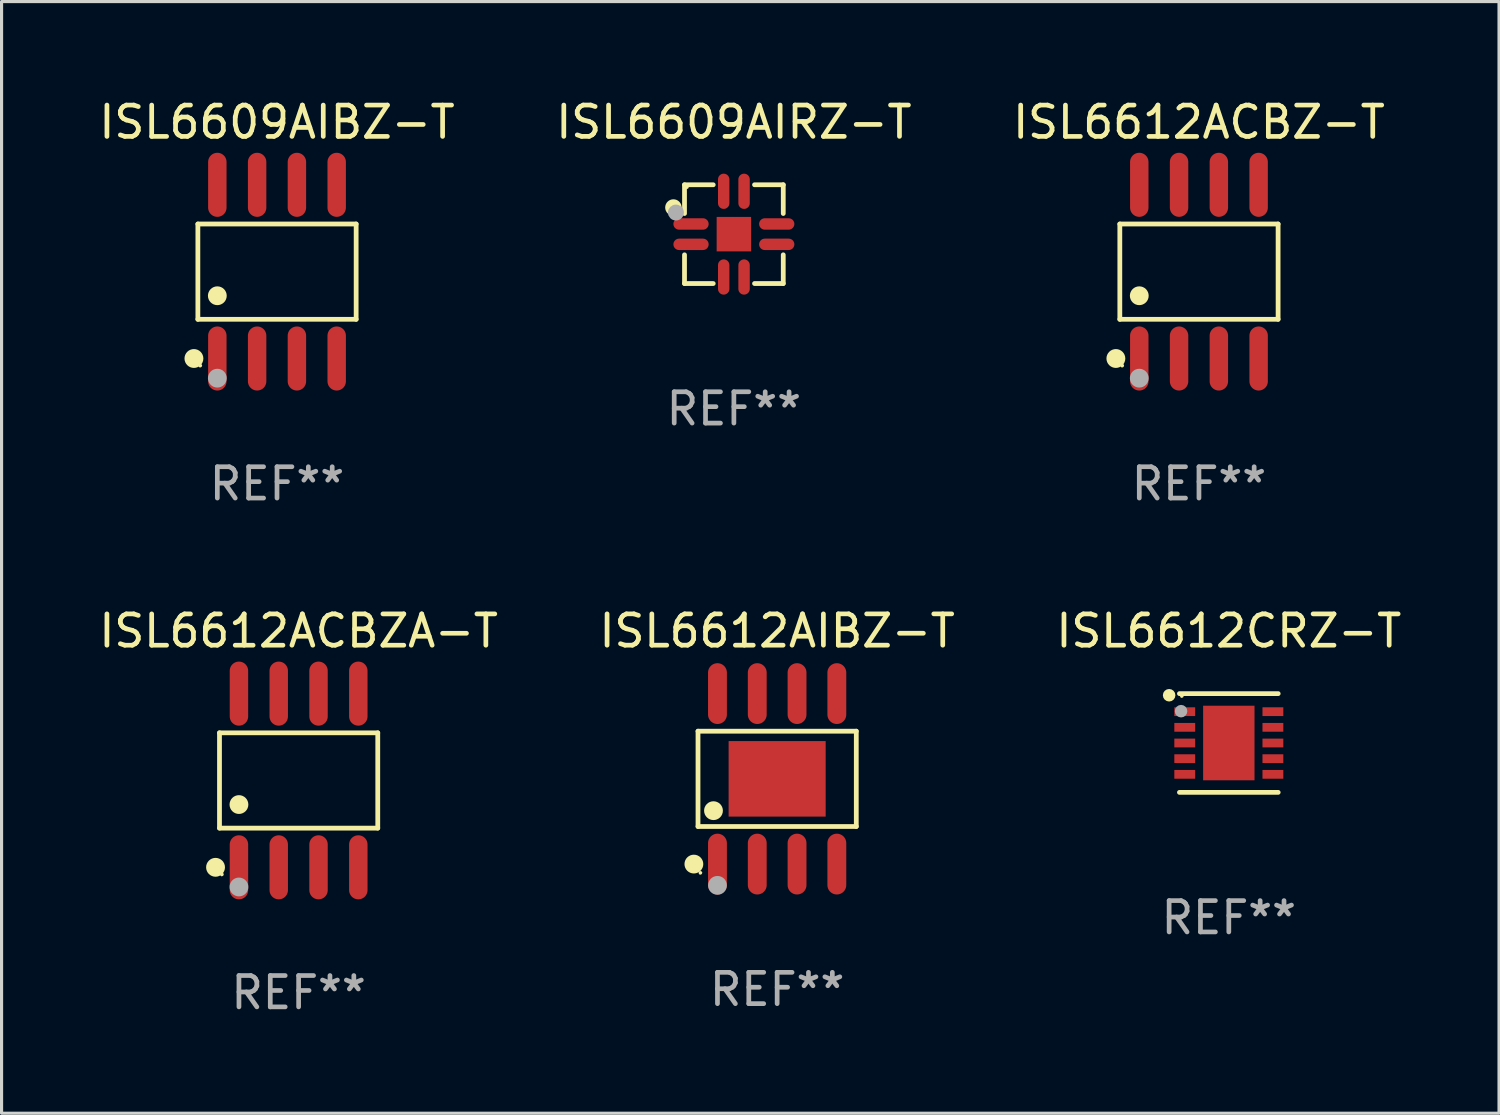
<source format=kicad_pcb>
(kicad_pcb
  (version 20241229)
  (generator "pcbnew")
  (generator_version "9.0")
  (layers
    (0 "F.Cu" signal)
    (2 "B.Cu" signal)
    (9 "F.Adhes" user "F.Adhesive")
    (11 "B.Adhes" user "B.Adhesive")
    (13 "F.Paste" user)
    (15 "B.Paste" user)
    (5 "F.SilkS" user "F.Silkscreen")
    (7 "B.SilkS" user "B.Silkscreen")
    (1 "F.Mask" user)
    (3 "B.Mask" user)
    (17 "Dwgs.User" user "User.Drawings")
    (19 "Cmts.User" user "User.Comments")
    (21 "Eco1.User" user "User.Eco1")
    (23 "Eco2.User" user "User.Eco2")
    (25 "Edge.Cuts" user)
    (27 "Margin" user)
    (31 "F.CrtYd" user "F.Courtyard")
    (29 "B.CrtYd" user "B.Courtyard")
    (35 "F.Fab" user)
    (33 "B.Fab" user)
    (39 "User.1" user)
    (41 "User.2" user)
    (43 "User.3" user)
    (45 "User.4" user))
  (footprint "ISL6612CRZ-T"
    (layer "F.Cu")
    (at 36.173 20.666)
    (property "Reference" "ISL6612CRZ-T" (at 0 -3.576 0) (layer "F.SilkS") (effects (font (size 1 1) (thickness 0.15))))
    (attr through_hole)
    (fp_line (start -1.576 -1.576) (end 1.576 -1.576) (stroke (width 0.152) (type solid)) (layer "F.SilkS"))
    (fp_line (start -1.576 1.576) (end 1.576 1.576) (stroke (width 0.152) (type solid)) (layer "F.SilkS"))
    (fp_circle (center -1.905 -1.524) (end -1.805 -1.524) (stroke (width 0.2) (type solid)) (fill no) (layer "F.SilkS"))
    (fp_circle (center -1.5 -1.5) (end -1.47 -1.5) (stroke (width 0.06) (type solid)) (fill no) (layer "F.SilkS"))
    (fp_circle (center -1.524 -1.016) (end -1.424 -1.016) (stroke (width 0.2) (type solid)) (fill no) (layer "F.Fab"))
    (fp_text user "REF**" (at 0 5.576 0) (layer "F.Fab") (effects (font (size 1 1) (thickness 0.15))))
    (pad "1" smd rect (at -1.407 -1) (size 0.665 0.28) (layers "F.Cu" "F.Mask" "F.Paste"))
    (pad "2" smd rect (at -1.407 -0.5) (size 0.665 0.28) (layers "F.Cu" "F.Mask" "F.Paste"))
    (pad "3" smd rect (at -1.407 0) (size 0.665 0.28) (layers "F.Cu" "F.Mask" "F.Paste"))
    (pad "4" smd rect (at -1.407 0.5) (size 0.665 0.28) (layers "F.Cu" "F.Mask" "F.Paste"))
    (pad "5" smd rect (at -1.407 1) (size 0.665 0.28) (layers "F.Cu" "F.Mask" "F.Paste"))
    (pad "6" smd rect (at 1.407 1) (size 0.665 0.28) (layers "F.Cu" "F.Mask" "F.Paste"))
    (pad "7" smd rect (at 1.407 0.5) (size 0.665 0.28) (layers "F.Cu" "F.Mask" "F.Paste"))
    (pad "8" smd rect (at 1.407 0) (size 0.665 0.28) (layers "F.Cu" "F.Mask" "F.Paste"))
    (pad "9" smd rect (at 1.407 -0.5) (size 0.665 0.28) (layers "F.Cu" "F.Mask" "F.Paste"))
    (pad "10" smd rect (at 1.407 -1) (size 0.665 0.28) (layers "F.Cu" "F.Mask" "F.Paste"))
    (pad "11" smd rect (at 0 0) (size 1.64 2.38) (layers "F.Cu" "F.Mask" "F.Paste")))
  (footprint "ISL6612ACBZA-T"
    (layer "F.Cu")
    (at 6.482 21.862)
    (property "Reference" "ISL6612ACBZA-T" (at 0 -4.772 0) (layer "F.SilkS") (effects (font (size 1 1) (thickness 0.15))))
    (attr through_hole)
    (fp_line (start -2.526 -1.521) (end 2.526 -1.521) (stroke (width 0.152) (type solid)) (layer "F.SilkS"))
    (fp_line (start -2.526 1.521) (end -2.526 -1.521) (stroke (width 0.152) (type solid)) (layer "F.SilkS"))
    (fp_line (start 2.526 -1.521) (end 2.526 1.521) (stroke (width 0.152) (type solid)) (layer "F.SilkS"))
    (fp_line (start 2.526 1.521) (end -2.526 1.521) (stroke (width 0.152) (type solid)) (layer "F.SilkS"))
    (fp_circle (center -2.652 2.772) (end -2.501 2.772) (stroke (width 0.3) (type solid)) (fill no) (layer "F.SilkS"))
    (fp_circle (center -2.45 3) (end -2.42 3) (stroke (width 0.06) (type solid)) (fill no) (layer "F.SilkS"))
    (fp_circle (center -1.905 0.769) (end -1.755 0.769) (stroke (width 0.3) (type solid)) (fill no) (layer "F.SilkS"))
    (fp_circle (center -1.905 3.4) (end -1.755 3.4) (stroke (width 0.3) (type solid)) (fill no) (layer "F.Fab"))
    (fp_text user "REF**" (at 0 6.772 0) (layer "F.Fab") (effects (font (size 1 1) (thickness 0.15))))
    (pad "1" smd oval (at -1.905 2.772) (size 0.588 2.045) (layers "F.Cu" "F.Mask" "F.Paste"))
    (pad "2" smd oval (at -0.635 2.772) (size 0.588 2.045) (layers "F.Cu" "F.Mask" "F.Paste"))
    (pad "3" smd oval (at 0.635 2.772) (size 0.588 2.045) (layers "F.Cu" "F.Mask" "F.Paste"))
    (pad "4" smd oval (at 1.905 2.772) (size 0.588 2.045) (layers "F.Cu" "F.Mask" "F.Paste"))
    (pad "5" smd oval (at 1.905 -2.772) (size 0.588 2.045) (layers "F.Cu" "F.Mask" "F.Paste"))
    (pad "6" smd oval (at 0.635 -2.772) (size 0.588 2.045) (layers "F.Cu" "F.Mask" "F.Paste"))
    (pad "7" smd oval (at -0.635 -2.772) (size 0.588 2.045) (layers "F.Cu" "F.Mask" "F.Paste"))
    (pad "8" smd oval (at -1.905 -2.772) (size 0.588 2.045) (layers "F.Cu" "F.Mask" "F.Paste")))
  (footprint "ISL6609AIRZ-T"
    (layer "F.Cu")
    (at 20.375 4.424)
    (property "Reference" "ISL6609AIRZ-T" (at 0 -3.576 0) (layer "F.SilkS") (effects (font (size 1 1) (thickness 0.15))))
    (attr through_hole)
    (fp_line (start -1.576 -1.576) (end -0.659 -1.576) (stroke (width 0.152) (type solid)) (layer "F.SilkS"))
    (fp_line (start -1.576 -0.659) (end -1.576 -1.576) (stroke (width 0.152) (type solid)) (layer "F.SilkS"))
    (fp_line (start -1.576 0.659) (end -1.576 1.576) (stroke (width 0.152) (type solid)) (layer "F.SilkS"))
    (fp_line (start -1.576 1.576) (end -0.659 1.576) (stroke (width 0.152) (type solid)) (layer "F.SilkS"))
    (fp_line (start 1.576 -1.576) (end 0.659 -1.576) (stroke (width 0.152) (type solid)) (layer "F.SilkS"))
    (fp_line (start 1.576 -0.659) (end 1.576 -1.576) (stroke (width 0.152) (type solid)) (layer "F.SilkS"))
    (fp_line (start 1.576 0.659) (end 1.576 1.576) (stroke (width 0.152) (type solid)) (layer "F.SilkS"))
    (fp_line (start 1.576 1.576) (end 0.659 1.576) (stroke (width 0.152) (type solid)) (layer "F.SilkS"))
    (fp_circle (center -1.93 -0.85) (end -1.794 -0.85) (stroke (width 0.254) (type solid)) (fill no) (layer "F.SilkS"))
    (fp_circle (center -1.5 -1.5) (end -1.47 -1.5) (stroke (width 0.06) (type solid)) (fill no) (layer "F.SilkS"))
    (fp_circle (center -1.85 -0.69) (end -1.723 -0.69) (stroke (width 0.254) (type solid)) (fill no) (layer "F.Fab"))
    (fp_text user "REF**" (at 0 5.576 0) (layer "F.Fab") (effects (font (size 1 1) (thickness 0.15))))
    (pad "1" smd oval (at -1.368 -0.325) (size 1.125 0.364) (layers "F.Cu" "F.Mask" "F.Paste"))
    (pad "2" smd oval (at -1.368 0.325) (size 1.125 0.364) (layers "F.Cu" "F.Mask" "F.Paste"))
    (pad "3" smd oval (at -0.325 1.368) (size 0.364 1.125) (layers "F.Cu" "F.Mask" "F.Paste"))
    (pad "4" smd oval (at 0.325 1.368) (size 0.364 1.125) (layers "F.Cu" "F.Mask" "F.Paste"))
    (pad "5" smd oval (at 1.368 0.325) (size 1.125 0.364) (layers "F.Cu" "F.Mask" "F.Paste"))
    (pad "6" smd oval (at 1.368 -0.325) (size 1.125 0.364) (layers "F.Cu" "F.Mask" "F.Paste"))
    (pad "7" smd oval (at 0.325 -1.368) (size 0.364 1.125) (layers "F.Cu" "F.Mask" "F.Paste"))
    (pad "8" smd oval (at -0.325 -1.368) (size 0.364 1.125) (layers "F.Cu" "F.Mask" "F.Paste"))
    (pad "9" smd rect (at 0 0) (size 1.1 1.1) (layers "F.Cu" "F.Mask" "F.Paste")))
  (footprint "ISL6612ACBZ-T"
    (layer "F.Cu")
    (at 35.22 5.621)
    (property "Reference" "ISL6612ACBZ-T" (at 0 -4.772 0) (layer "F.SilkS") (effects (font (size 1 1) (thickness 0.15))))
    (attr through_hole)
    (fp_line (start -2.526 -1.521) (end 2.526 -1.521) (stroke (width 0.152) (type solid)) (layer "F.SilkS"))
    (fp_line (start -2.526 1.521) (end -2.526 -1.521) (stroke (width 0.152) (type solid)) (layer "F.SilkS"))
    (fp_line (start 2.526 -1.521) (end 2.526 1.521) (stroke (width 0.152) (type solid)) (layer "F.SilkS"))
    (fp_line (start 2.526 1.521) (end -2.526 1.521) (stroke (width 0.152) (type solid)) (layer "F.SilkS"))
    (fp_circle (center -2.652 2.772) (end -2.501 2.772) (stroke (width 0.3) (type solid)) (fill no) (layer "F.SilkS"))
    (fp_circle (center -2.45 3) (end -2.42 3) (stroke (width 0.06) (type solid)) (fill no) (layer "F.SilkS"))
    (fp_circle (center -1.905 0.769) (end -1.755 0.769) (stroke (width 0.3) (type solid)) (fill no) (layer "F.SilkS"))
    (fp_circle (center -1.905 3.4) (end -1.755 3.4) (stroke (width 0.3) (type solid)) (fill no) (layer "F.Fab"))
    (fp_text user "REF**" (at 0 6.772 0) (layer "F.Fab") (effects (font (size 1 1) (thickness 0.15))))
    (pad "1" smd oval (at -1.905 2.772) (size 0.588 2.045) (layers "F.Cu" "F.Mask" "F.Paste"))
    (pad "2" smd oval (at -0.635 2.772) (size 0.588 2.045) (layers "F.Cu" "F.Mask" "F.Paste"))
    (pad "3" smd oval (at 0.635 2.772) (size 0.588 2.045) (layers "F.Cu" "F.Mask" "F.Paste"))
    (pad "4" smd oval (at 1.905 2.772) (size 0.588 2.045) (layers "F.Cu" "F.Mask" "F.Paste"))
    (pad "5" smd oval (at 1.905 -2.772) (size 0.588 2.045) (layers "F.Cu" "F.Mask" "F.Paste"))
    (pad "6" smd oval (at 0.635 -2.772) (size 0.588 2.045) (layers "F.Cu" "F.Mask" "F.Paste"))
    (pad "7" smd oval (at -0.635 -2.772) (size 0.588 2.045) (layers "F.Cu" "F.Mask" "F.Paste"))
    (pad "8" smd oval (at -1.905 -2.772) (size 0.588 2.045) (layers "F.Cu" "F.Mask" "F.Paste")))
  (footprint "ISL6609AIBZ-T"
    (layer "F.Cu")
    (at 5.792 5.621)
    (property "Reference" "ISL6609AIBZ-T" (at 0 -4.772 0) (layer "F.SilkS") (effects (font (size 1 1) (thickness 0.15))))
    (attr through_hole)
    (fp_line (start -2.526 -1.521) (end 2.526 -1.521) (stroke (width 0.152) (type solid)) (layer "F.SilkS"))
    (fp_line (start -2.526 1.521) (end -2.526 -1.521) (stroke (width 0.152) (type solid)) (layer "F.SilkS"))
    (fp_line (start 2.526 -1.521) (end 2.526 1.521) (stroke (width 0.152) (type solid)) (layer "F.SilkS"))
    (fp_line (start 2.526 1.521) (end -2.526 1.521) (stroke (width 0.152) (type solid)) (layer "F.SilkS"))
    (fp_circle (center -2.652 2.772) (end -2.501 2.772) (stroke (width 0.3) (type solid)) (fill no) (layer "F.SilkS"))
    (fp_circle (center -2.45 3) (end -2.42 3) (stroke (width 0.06) (type solid)) (fill no) (layer "F.SilkS"))
    (fp_circle (center -1.905 0.769) (end -1.755 0.769) (stroke (width 0.3) (type solid)) (fill no) (layer "F.SilkS"))
    (fp_circle (center -1.905 3.4) (end -1.755 3.4) (stroke (width 0.3) (type solid)) (fill no) (layer "F.Fab"))
    (fp_text user "REF**" (at 0 6.772 0) (layer "F.Fab") (effects (font (size 1 1) (thickness 0.15))))
    (pad "1" smd oval (at -1.905 2.772) (size 0.588 2.045) (layers "F.Cu" "F.Mask" "F.Paste"))
    (pad "2" smd oval (at -0.635 2.772) (size 0.588 2.045) (layers "F.Cu" "F.Mask" "F.Paste"))
    (pad "3" smd oval (at 0.635 2.772) (size 0.588 2.045) (layers "F.Cu" "F.Mask" "F.Paste"))
    (pad "4" smd oval (at 1.905 2.772) (size 0.588 2.045) (layers "F.Cu" "F.Mask" "F.Paste"))
    (pad "5" smd oval (at 1.905 -2.772) (size 0.588 2.045) (layers "F.Cu" "F.Mask" "F.Paste"))
    (pad "6" smd oval (at 0.635 -2.772) (size 0.588 2.045) (layers "F.Cu" "F.Mask" "F.Paste"))
    (pad "7" smd oval (at -0.635 -2.772) (size 0.588 2.045) (layers "F.Cu" "F.Mask" "F.Paste"))
    (pad "8" smd oval (at -1.905 -2.772) (size 0.588 2.045) (layers "F.Cu" "F.Mask" "F.Paste")))
  (footprint "ISL6612AIBZ-T"
    (layer "F.Cu")
    (at 21.756 21.81)
    (property "Reference" "ISL6612AIBZ-T" (at 0 -4.721 0) (layer "F.SilkS") (effects (font (size 1 1) (thickness 0.15))))
    (attr through_hole)
    (fp_line (start -2.526 -1.521) (end 2.526 -1.521) (stroke (width 0.152) (type solid)) (layer "F.SilkS"))
    (fp_line (start -2.526 1.521) (end -2.526 -1.521) (stroke (width 0.152) (type solid)) (layer "F.SilkS"))
    (fp_line (start 2.526 -1.521) (end 2.526 1.521) (stroke (width 0.152) (type solid)) (layer "F.SilkS"))
    (fp_line (start 2.526 1.521) (end -2.526 1.521) (stroke (width 0.152) (type solid)) (layer "F.SilkS"))
    (fp_circle (center -2.658 2.721) (end -2.508 2.721) (stroke (width 0.3) (type solid)) (fill no) (layer "F.SilkS"))
    (fp_circle (center -2.45 3) (end -2.42 3) (stroke (width 0.06) (type solid)) (fill no) (layer "F.SilkS"))
    (fp_circle (center -2.032 1.016) (end -1.882 1.016) (stroke (width 0.3) (type solid)) (fill no) (layer "F.SilkS"))
    (fp_circle (center -1.905 3.4) (end -1.755 3.4) (stroke (width 0.3) (type solid)) (fill no) (layer "F.Fab"))
    (fp_text user "REF**" (at 0 6.721 0) (layer "F.Fab") (effects (font (size 1 1) (thickness 0.15))))
    (pad "1" smd oval (at -1.905 2.721) (size 0.602 1.941) (layers "F.Cu" "F.Mask" "F.Paste"))
    (pad "2" smd oval (at -0.635 2.721) (size 0.602 1.941) (layers "F.Cu" "F.Mask" "F.Paste"))
    (pad "3" smd oval (at 0.635 2.721) (size 0.602 1.941) (layers "F.Cu" "F.Mask" "F.Paste"))
    (pad "4" smd oval (at 1.905 2.721) (size 0.602 1.941) (layers "F.Cu" "F.Mask" "F.Paste"))
    (pad "5" smd oval (at 1.905 -2.721) (size 0.602 1.941) (layers "F.Cu" "F.Mask" "F.Paste"))
    (pad "6" smd oval (at 0.635 -2.721) (size 0.602 1.941) (layers "F.Cu" "F.Mask" "F.Paste"))
    (pad "7" smd oval (at -0.635 -2.721) (size 0.602 1.941) (layers "F.Cu" "F.Mask" "F.Paste"))
    (pad "8" smd oval (at -1.905 -2.721) (size 0.602 1.941) (layers "F.Cu" "F.Mask" "F.Paste"))
    (pad "9" smd rect (at 0 0) (size 3.098 2.41) (layers "F.Cu" "F.Mask" "F.Paste")))
  (gr_rect
    (start -3 -3)
    (end 44.798 32.483)
    (stroke (width 0.1) (type default))
    (fill no)
    (layer "Edge.Cuts")))
</source>
